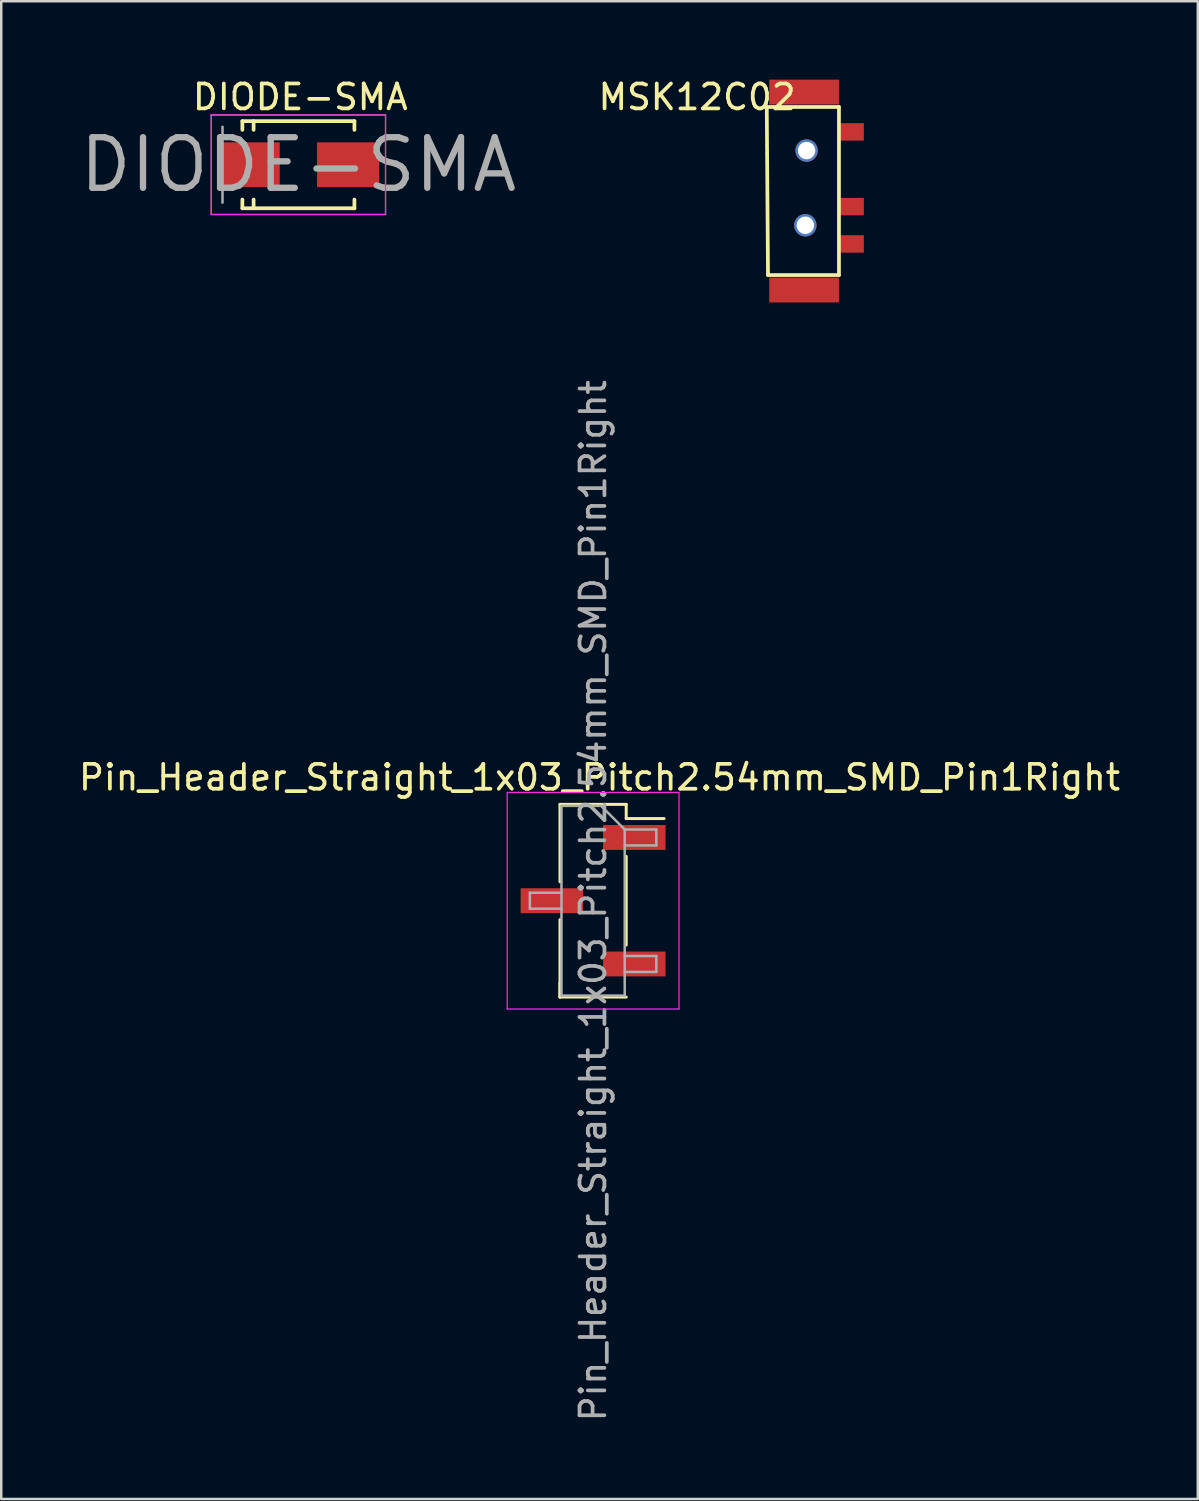
<source format=kicad_pcb>
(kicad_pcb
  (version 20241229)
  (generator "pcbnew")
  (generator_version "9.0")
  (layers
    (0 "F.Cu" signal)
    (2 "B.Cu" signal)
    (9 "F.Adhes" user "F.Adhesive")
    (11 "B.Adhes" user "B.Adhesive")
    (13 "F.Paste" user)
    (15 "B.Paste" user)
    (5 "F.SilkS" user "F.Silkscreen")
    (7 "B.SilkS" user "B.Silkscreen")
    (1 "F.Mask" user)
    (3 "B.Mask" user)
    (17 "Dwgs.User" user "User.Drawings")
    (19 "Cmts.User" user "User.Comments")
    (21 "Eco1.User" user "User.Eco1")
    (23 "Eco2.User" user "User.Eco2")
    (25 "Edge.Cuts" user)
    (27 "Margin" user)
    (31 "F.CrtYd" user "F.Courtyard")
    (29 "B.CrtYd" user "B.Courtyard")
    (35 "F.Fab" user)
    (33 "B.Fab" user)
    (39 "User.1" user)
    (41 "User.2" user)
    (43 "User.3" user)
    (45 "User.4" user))
  (footprint "MSK12C02"
    (layer "F.Cu")
    (at 27.947 0.748)
    (property "Reference" "MSK12C02" (at -3 0.1 0) (layer "F.SilkS") (effects (font (size 1 1) (thickness 0.15))))
    (attr through_hole)
    (fp_line (start -0.2 0.5) (end 2.7 0.5) (stroke (width 0.15) (type solid)) (layer "F.SilkS"))
    (fp_line (start -0.15 7.25) (end -0.2 0.5) (stroke (width 0.15) (type solid)) (layer "F.SilkS"))
    (fp_line (start 2.7 0.5) (end 2.7 7.25) (stroke (width 0.15) (type solid)) (layer "F.SilkS"))
    (fp_line (start 2.7 7.25) (end -0.15 7.25) (stroke (width 0.15) (type solid)) (layer "F.SilkS"))
    (pad "" np_thru_hole circle (at 1.35 5.25) (size 0.9 0.9) (drill 0.7) (layers "*.Cu" "*.Mask"))
    (pad "" np_thru_hole circle (at 1.4 2.25) (size 0.9 0.9) (drill 0.7) (layers "*.Cu" "*.Mask"))
    (pad "1" smd rect (at 3.2 1.5 90) (size 0.7 1) (layers "F.Cu" "F.Mask" "F.Paste"))
    (pad "2" smd rect (at 3.2 4.5 90) (size 0.7 1) (layers "F.Cu" "F.Mask" "F.Paste"))
    (pad "3" smd rect (at 3.2 6 90) (size 0.7 1) (layers "F.Cu" "F.Mask" "F.Paste"))
    (pad "NC" smd rect (at 1.3 -0.1) (size 2.8 1) (layers "F.Cu" "F.Mask" "F.Paste"))
    (pad "NC" smd rect (at 1.3 7.85) (size 2.8 1) (layers "F.Cu" "F.Mask" "F.Paste")))
  (footprint "Pin_Header_Straight_1x03_Pitch2.54mm_SMD_Pin1Right"
    (layer "F.Cu")
    (at 20.772 33.128)
    (property "Reference" "Pin_Header_Straight_1x03_Pitch2.54mm_SMD_Pin1Right" (at 0.258 -4.953 0) (layer "F.SilkS") (effects (font (size 1 1) (thickness 0.15))))
    (attr smd)
    (fp_line (start -1.33 -3.87) (end -1.33 -0.76) (stroke (width 0.12) (type solid)) (layer "F.SilkS"))
    (fp_line (start -1.33 -3.87) (end 1.33 -3.87) (stroke (width 0.12) (type solid)) (layer "F.SilkS"))
    (fp_line (start -1.33 0.76) (end -1.33 3.87) (stroke (width 0.12) (type solid)) (layer "F.SilkS"))
    (fp_line (start -1.33 3.3) (end -1.33 3.87) (stroke (width 0.12) (type solid)) (layer "F.SilkS"))
    (fp_line (start -1.33 3.87) (end 1.33 3.87) (stroke (width 0.12) (type solid)) (layer "F.SilkS"))
    (fp_line (start 1.33 -3.87) (end 1.33 -3.3) (stroke (width 0.12) (type solid)) (layer "F.SilkS"))
    (fp_line (start 1.33 -3.3) (end 2.85 -3.3) (stroke (width 0.12) (type solid)) (layer "F.SilkS"))
    (fp_line (start 1.33 -1.78) (end 1.33 1.78) (stroke (width 0.12) (type solid)) (layer "F.SilkS"))
    (fp_line (start -3.45 -4.35) (end -3.45 4.35) (stroke (width 0.05) (type solid)) (layer "F.CrtYd"))
    (fp_line (start -3.45 4.35) (end 3.45 4.35) (stroke (width 0.05) (type solid)) (layer "F.CrtYd"))
    (fp_line (start 3.45 -4.35) (end -3.45 -4.35) (stroke (width 0.05) (type solid)) (layer "F.CrtYd"))
    (fp_line (start 3.45 4.35) (end 3.45 -4.35) (stroke (width 0.05) (type solid)) (layer "F.CrtYd"))
    (fp_line (start -2.54 -0.32) (end -2.54 0.32) (stroke (width 0.1) (type solid)) (layer "F.Fab"))
    (fp_line (start -2.54 0.32) (end -1.27 0.32) (stroke (width 0.1) (type solid)) (layer "F.Fab"))
    (fp_line (start -1.27 -3.81) (end -1.27 3.81) (stroke (width 0.1) (type solid)) (layer "F.Fab"))
    (fp_line (start -1.27 -3.81) (end 0.32 -3.81) (stroke (width 0.1) (type solid)) (layer "F.Fab"))
    (fp_line (start -1.27 -0.32) (end -2.54 -0.32) (stroke (width 0.1) (type solid)) (layer "F.Fab"))
    (fp_line (start 1.27 -2.86) (end 0.32 -3.81) (stroke (width 0.1) (type solid)) (layer "F.Fab"))
    (fp_line (start 1.27 -2.86) (end 2.54 -2.86) (stroke (width 0.1) (type solid)) (layer "F.Fab"))
    (fp_line (start 1.27 2.22) (end 2.54 2.22) (stroke (width 0.1) (type solid)) (layer "F.Fab"))
    (fp_line (start 1.27 3.81) (end -1.27 3.81) (stroke (width 0.1) (type solid)) (layer "F.Fab"))
    (fp_line (start 1.27 3.81) (end 1.27 -2.86) (stroke (width 0.1) (type solid)) (layer "F.Fab"))
    (fp_line (start 2.54 -2.86) (end 2.54 -2.22) (stroke (width 0.1) (type solid)) (layer "F.Fab"))
    (fp_line (start 2.54 -2.22) (end 1.27 -2.22) (stroke (width 0.1) (type solid)) (layer "F.Fab"))
    (fp_line (start 2.54 2.22) (end 2.54 2.86) (stroke (width 0.1) (type solid)) (layer "F.Fab"))
    (fp_line (start 2.54 2.86) (end 1.27 2.86) (stroke (width 0.1) (type solid)) (layer "F.Fab"))
    (fp_text user "${REFERENCE}" (at 0 0 90) (layer "F.Fab") (effects (font (size 1 1) (thickness 0.15))))
    (pad "1" smd rect (at 1.655 -2.54) (size 2.51 1) (layers "F.Cu" "F.Mask" "F.Paste"))
    (pad "2" smd rect (at -1.655 0) (size 2.51 1) (layers "F.Cu" "F.Mask" "F.Paste"))
    (pad "3" smd rect (at 1.655 2.54) (size 2.51 1) (layers "F.Cu" "F.Mask" "F.Paste")))
  (footprint "DIODE-SMA"
    (layer "F.Cu")
    (at 8.935 3.566)
    (property "Reference" "DIODE-SMA" (at 0 0 0) (layer "F.Fab") (effects (font (size 2.032 2.032) (thickness 0.254))))
    (attr smd)
    (fp_line (start -2.25 -1.75) (end -2.25 -1.4) (stroke (width 0.15) (type solid)) (layer "F.SilkS"))
    (fp_line (start -2.25 -1.75) (end 2.25 -1.75) (stroke (width 0.15) (type solid)) (layer "F.SilkS"))
    (fp_line (start -2.25 1.75) (end -2.25 1.4) (stroke (width 0.15) (type solid)) (layer "F.SilkS"))
    (fp_line (start -2.25 1.75) (end 2.25 1.75) (stroke (width 0.15) (type solid)) (layer "F.SilkS"))
    (fp_line (start -1.799 -1.75) (end -1.799 -1.4) (stroke (width 0.15) (type solid)) (layer "F.SilkS"))
    (fp_line (start -1.799 1.75) (end -1.799 1.4) (stroke (width 0.15) (type solid)) (layer "F.SilkS"))
    (fp_line (start 2.25 -1.75) (end 2.25 -1.4) (stroke (width 0.15) (type solid)) (layer "F.SilkS"))
    (fp_line (start 2.25 1.75) (end 2.25 1.4) (stroke (width 0.15) (type solid)) (layer "F.SilkS"))
    (fp_line (start -3.5 -2) (end 3.5 -2) (stroke (width 0.05) (type solid)) (layer "F.CrtYd"))
    (fp_line (start -3.5 2) (end -3.5 -2) (stroke (width 0.05) (type solid)) (layer "F.CrtYd"))
    (fp_line (start 3.5 -2) (end 3.5 2) (stroke (width 0.05) (type solid)) (layer "F.CrtYd"))
    (fp_line (start 3.5 2) (end -3.5 2) (stroke (width 0.05) (type solid)) (layer "F.CrtYd"))
    (fp_line (start -3.5 -2) (end 3.5 -2) (stroke (width 0.05) (type solid)) (layer "F.Fab"))
    (fp_line (start -3.5 2) (end -3.5 -2) (stroke (width 0.05) (type solid)) (layer "F.Fab"))
    (fp_line (start -3.048 -1.524) (end -3.048 1.524) (stroke (width 0.1) (type solid)) (layer "F.Fab"))
    (fp_line (start 3.5 -2) (end 3.5 2) (stroke (width 0.05) (type solid)) (layer "F.Fab"))
    (fp_line (start 3.5 2) (end -3.5 2) (stroke (width 0.05) (type solid)) (layer "F.Fab"))
    (fp_text user "${REFERENCE}" (at 0.076 -2.718 0) (layer "F.SilkS") (effects (font (size 1 1) (thickness 0.15))))
    (pad "1" smd rect (at -1.999 0) (size 2.499 1.801) (layers "F.Cu" "F.Mask" "F.Paste"))
    (pad "2" smd rect (at 1.999 0) (size 2.499 1.801) (layers "F.Cu" "F.Mask" "F.Paste")))
  (gr_rect
    (start -3 -3)
    (end 45.06 57.158)
    (stroke (width 0.1) (type default))
    (fill no)
    (layer "Edge.Cuts")))
</source>
